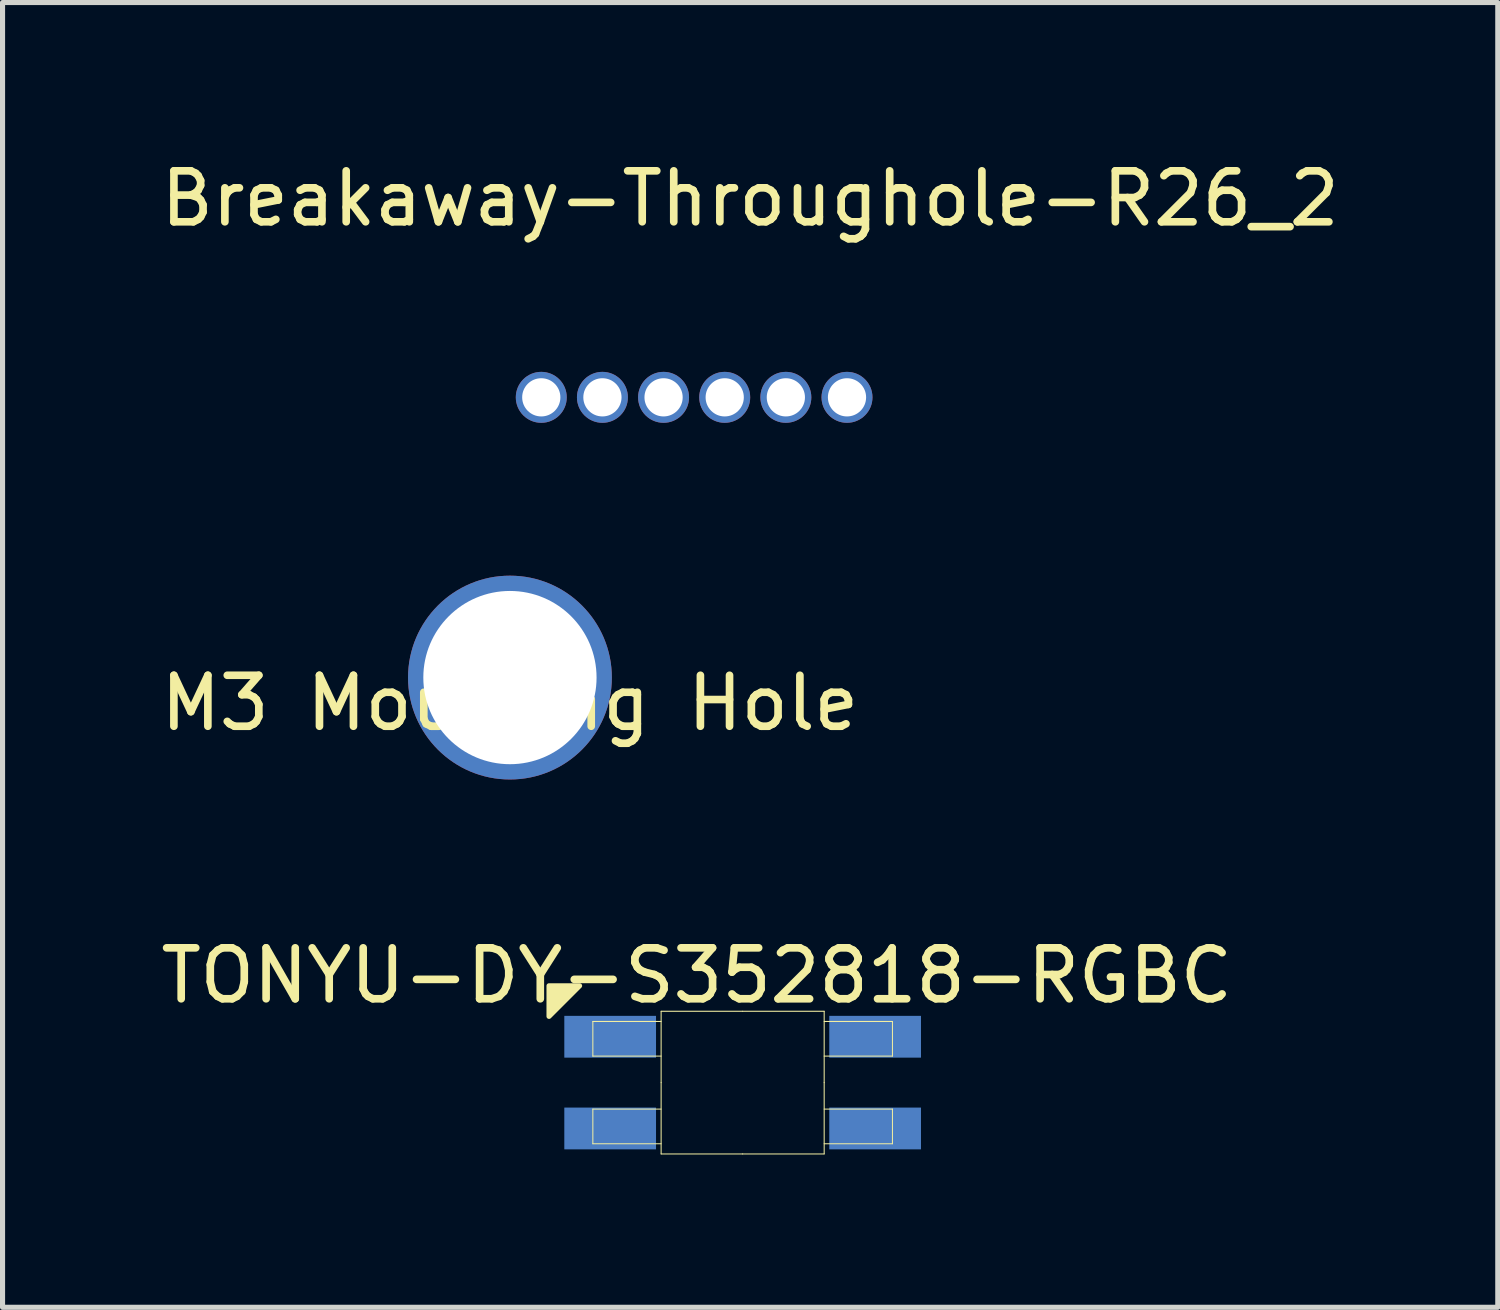
<source format=kicad_pcb>
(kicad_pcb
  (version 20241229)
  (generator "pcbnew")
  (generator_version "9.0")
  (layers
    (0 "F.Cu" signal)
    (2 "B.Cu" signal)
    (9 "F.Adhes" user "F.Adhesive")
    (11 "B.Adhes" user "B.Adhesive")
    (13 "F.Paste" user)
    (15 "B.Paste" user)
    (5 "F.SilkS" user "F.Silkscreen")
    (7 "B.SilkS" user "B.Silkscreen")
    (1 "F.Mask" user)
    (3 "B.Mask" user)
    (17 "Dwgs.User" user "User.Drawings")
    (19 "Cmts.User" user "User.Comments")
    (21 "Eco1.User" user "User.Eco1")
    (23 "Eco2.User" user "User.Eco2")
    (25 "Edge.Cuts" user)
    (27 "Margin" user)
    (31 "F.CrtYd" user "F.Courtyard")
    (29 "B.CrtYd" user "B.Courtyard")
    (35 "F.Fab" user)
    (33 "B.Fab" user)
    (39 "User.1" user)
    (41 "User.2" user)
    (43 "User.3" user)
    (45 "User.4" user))
  (footprint "TONYU-DY-S352818-RGBC"
    (layer "F.Cu")
    (at 11.525 18.197)
    (property "Reference" "TONYU-DY-S352818-RGBC" (at -0.9 -2.1 0) (layer "F.SilkS") (effects (font (size 1 1) (thickness 0.15))))
    (attr through_hole)
    (fp_line (start -2.94 -0.52) (end -2.94 -1.2) (stroke (width 0.02) (type solid)) (layer "F.SilkS"))
    (fp_line (start -2.94 -0.52) (end -1.6 -0.52) (stroke (width 0.02) (type solid)) (layer "F.SilkS"))
    (fp_line (start -2.94 0.52) (end -1.6 0.52) (stroke (width 0.02) (type solid)) (layer "F.SilkS"))
    (fp_line (start -2.94 1.2) (end -2.94 0.52) (stroke (width 0.02) (type solid)) (layer "F.SilkS"))
    (fp_line (start -1.6 -1.2) (end -2.94 -1.2) (stroke (width 0.02) (type solid)) (layer "F.SilkS"))
    (fp_line (start -1.6 0) (end -1.6 -1.4) (stroke (width 0.02) (type solid)) (layer "F.SilkS"))
    (fp_line (start -1.6 0) (end -1.6 1.4) (stroke (width 0.02) (type solid)) (layer "F.SilkS"))
    (fp_line (start -1.6 1.2) (end -2.94 1.2) (stroke (width 0.02) (type solid)) (layer "F.SilkS"))
    (fp_line (start 0 -1.4) (end -1.6 -1.4) (stroke (width 0.02) (type solid)) (layer "F.SilkS"))
    (fp_line (start 0 -1.4) (end 1.6 -1.4) (stroke (width 0.02) (type solid)) (layer "F.SilkS"))
    (fp_line (start 0 1.4) (end -1.6 1.4) (stroke (width 0.02) (type solid)) (layer "F.SilkS"))
    (fp_line (start 0 1.4) (end 1.6 1.4) (stroke (width 0.02) (type solid)) (layer "F.SilkS"))
    (fp_line (start 1.6 -1.2) (end 2.94 -1.2) (stroke (width 0.02) (type solid)) (layer "F.SilkS"))
    (fp_line (start 1.6 0) (end 1.6 -1.4) (stroke (width 0.02) (type solid)) (layer "F.SilkS"))
    (fp_line (start 1.6 0) (end 1.6 1.4) (stroke (width 0.02) (type solid)) (layer "F.SilkS"))
    (fp_line (start 1.6 1.2) (end 2.94 1.2) (stroke (width 0.02) (type solid)) (layer "F.SilkS"))
    (fp_line (start 2.94 -1.2) (end 2.94 -0.52) (stroke (width 0.02) (type solid)) (layer "F.SilkS"))
    (fp_line (start 2.94 -0.52) (end 1.6 -0.52) (stroke (width 0.02) (type solid)) (layer "F.SilkS"))
    (fp_line (start 2.94 0.52) (end 1.6 0.52) (stroke (width 0.02) (type solid)) (layer "F.SilkS"))
    (fp_line (start 2.94 0.52) (end 2.94 1.2) (stroke (width 0.02) (type solid)) (layer "F.SilkS"))
    (fp_poly (pts (xy -3.8 -1.3) (xy -3.8 -1.9) (xy -3.2 -1.9)) (stroke (width 0.1) (type solid)) (fill yes) (layer "F.SilkS"))
    (pad "1" smd rect (at 2.6 -0.9) (size 1.8 0.82) (layers "B.Cu" "B.Mask" "B.Paste"))
    (pad "2" smd rect (at -2.6 -0.9 180) (size 1.8 0.82) (layers "B.Cu" "B.Mask" "B.Paste"))
    (pad "3" smd rect (at 2.6 0.9) (size 1.8 0.82) (layers "B.Cu" "B.Mask" "B.Paste"))
    (pad "4" smd rect (at -2.6 0.9 180) (size 1.8 0.82) (layers "B.Cu" "B.Mask" "B.Paste")))
  (footprint "M3 Mounting Hole"
    (layer "F.Cu")
    (at 6.958 10.248)
    (property "Reference" "M3 Mounting Hole" (at 0 0.5 0) (layer "F.SilkS") (effects (font (size 1 1) (thickness 0.15))))
    (attr through_hole)
    (pad "1" thru_hole circle (at 0 0) (size 4 4) (drill 3.4) (layers "*.Cu" "*.Mask")))
  (footprint "Breakaway-Throughole-R26_2"
    (layer "F.Cu")
    (at 11.073 4.748)
    (property "Reference" "Breakaway-Throughole-R26_2" (at 0.6 -3.9 0) (layer "F.SilkS") (effects (font (size 1 1) (thickness 0.15))))
    (attr through_hole)
    (pad "1" thru_hole circle (at -3.5 0) (size 1 1) (drill 0.75) (layers "*.Cu" "*.Mask"))
    (pad "1" thru_hole circle (at -2.3 0) (size 1 1) (drill 0.75) (layers "*.Cu" "*.Mask"))
    (pad "1" thru_hole circle (at 2.5 0) (size 1 1) (drill 0.75) (layers "*.Cu" "*.Mask"))
    (pad "2" thru_hole circle (at -1.1 0) (size 1 1) (drill 0.75) (layers "*.Cu" "*.Mask"))
    (pad "3" thru_hole circle (at 0.1 0) (size 1 1) (drill 0.75) (layers "*.Cu" "*.Mask"))
    (pad "4" thru_hole circle (at 1.3 0) (size 1 1) (drill 0.75) (layers "*.Cu" "*.Mask")))
  (gr_rect
    (start -3 -3)
    (end 26.345 22.607)
    (stroke (width 0.1) (type default))
    (fill no)
    (layer "Edge.Cuts")))
</source>
